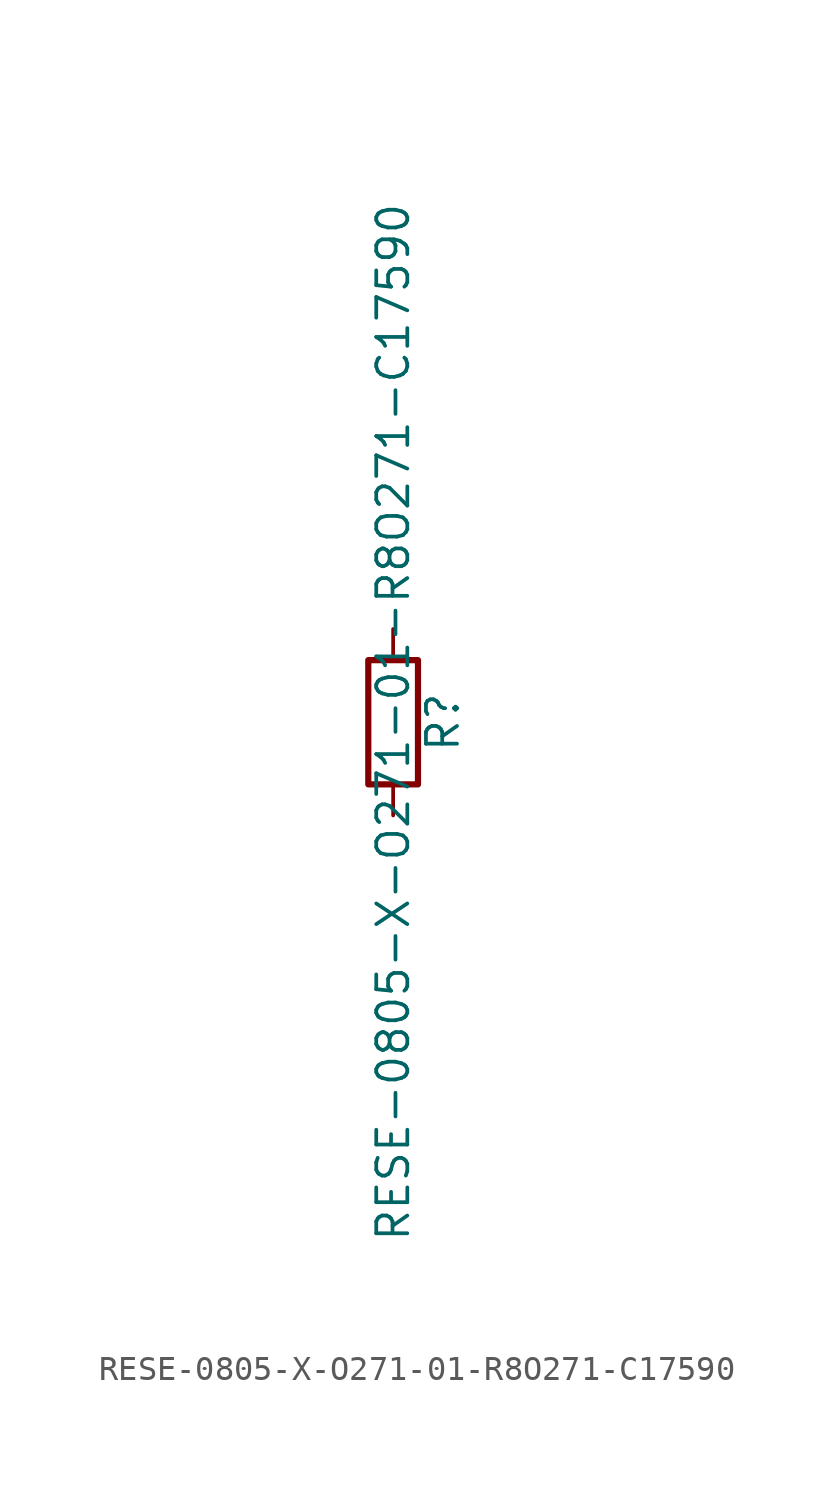
<source format=kicad_sym>
(kicad_symbol_lib
  (version 20211014)
  (generator kicad_symbol_editor)
  (symbol "RESE-0805-X-O271-01-R8O271-C17590"
    (pin_numbers hide)
    (pin_names
      (offset 0))
    (property "Reference" "R"
      (at 2.032 0 90)
      (effects (font (size 1.27 1.27))))
    (property "Value" "RESE-0805-X-O271-01-R8O271-C17590"
      (at 0 0 90)
      (effects (font (size 1.27 1.27))))
    (symbol "RESE-0805-X-O271-01-R8O271-C17590_0_1"
      (rectangle (start -1.016 -2.54) (end 1.016 2.54) (stroke (width 0.254) (type default) (color 0 0 0 0)) (fill (type none))))
    (symbol "RESE-0805-X-O271-01-R8O271-C17590_1_1"
      (pin passive line (at 0 3.81 270) (length 1.27) (name "~" (effects (font (size 1.27 1.27)))) (number "1" (effects (font (size 1.27 1.27)))))
      (pin passive line (at 0 -3.81 90) (length 1.27) (name "~" (effects (font (size 1.27 1.27)))) (number "2" (effects (font (size 1.27 1.27))))))))
</source>
